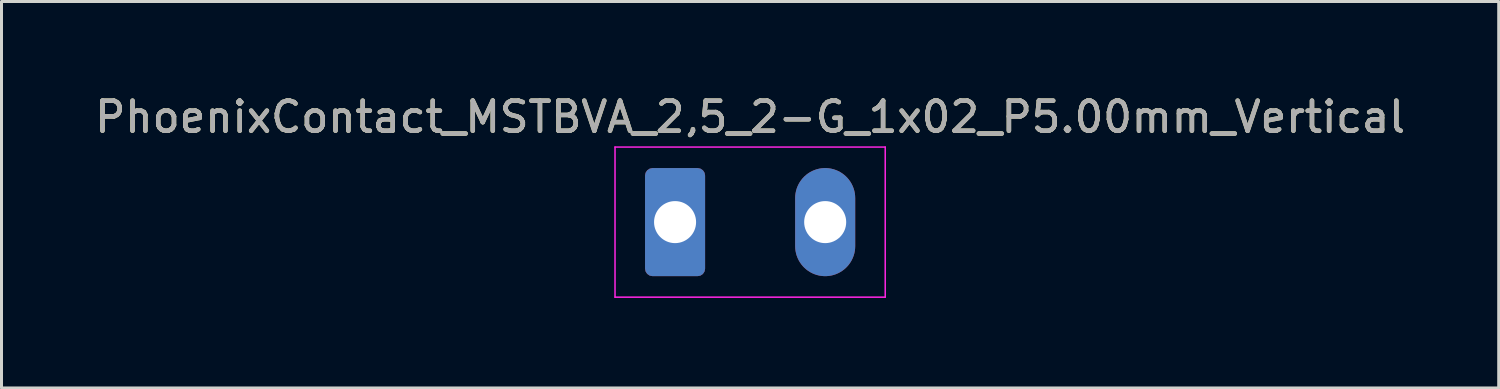
<source format=kicad_pcb>
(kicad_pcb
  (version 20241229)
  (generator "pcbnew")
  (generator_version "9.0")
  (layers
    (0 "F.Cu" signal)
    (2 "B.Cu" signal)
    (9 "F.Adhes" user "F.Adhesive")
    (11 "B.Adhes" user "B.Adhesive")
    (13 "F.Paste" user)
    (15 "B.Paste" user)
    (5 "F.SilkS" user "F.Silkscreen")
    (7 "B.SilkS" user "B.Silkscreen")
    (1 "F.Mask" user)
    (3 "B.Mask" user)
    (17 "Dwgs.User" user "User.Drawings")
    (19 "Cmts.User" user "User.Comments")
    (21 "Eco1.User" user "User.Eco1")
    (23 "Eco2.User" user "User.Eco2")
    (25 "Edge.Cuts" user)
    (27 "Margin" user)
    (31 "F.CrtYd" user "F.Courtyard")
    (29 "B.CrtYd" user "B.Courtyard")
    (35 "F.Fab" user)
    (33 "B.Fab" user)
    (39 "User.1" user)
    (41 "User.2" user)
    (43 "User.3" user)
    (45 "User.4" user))
  (footprint "PhoenixContact_MSTBVA_2,5_2-G_1x02_P5.00mm_Vertical"
    (layer "F.Cu")
    (at 19.435 4.348)
    (property "Reference" "PhoenixContact_MSTBVA_2,5_2-G_1x02_P5.00mm_Vertical" (at 2.5 -3.5 0) (layer "F.SilkS") (effects (font (size 1 1) (thickness 0.15))))
    (attr through_hole)
    (fp_line (start -2 -2.5) (end -2 2.5) (stroke (width 0.05) (type solid)) (layer "F.CrtYd"))
    (fp_line (start -2 2.5) (end 7 2.5) (stroke (width 0.05) (type solid)) (layer "F.CrtYd"))
    (fp_line (start 7 -2.5) (end -2 -2.5) (stroke (width 0.05) (type solid)) (layer "F.CrtYd"))
    (fp_line (start 7 2.5) (end 7 -2.5) (stroke (width 0.05) (type solid)) (layer "F.CrtYd"))
    (fp_text user "${REFERENCE}" (at 2.5 -3.5 0) (layer "F.Fab") (effects (font (size 1 1) (thickness 0.15))))
    (pad "1" thru_hole roundrect (at 0 0) (size 2 3.6) (drill 1.4) (layers "*.Cu" "*.Mask") (roundrect_rratio 0.125))
    (pad "2" thru_hole oval (at 5 0) (size 2 3.6) (drill 1.4) (layers "*.Cu" "*.Mask")))
  (gr_rect
    (start -3 -3)
    (end 46.869 9.873)
    (stroke (width 0.1) (type default))
    (fill no)
    (layer "Edge.Cuts")))
</source>
